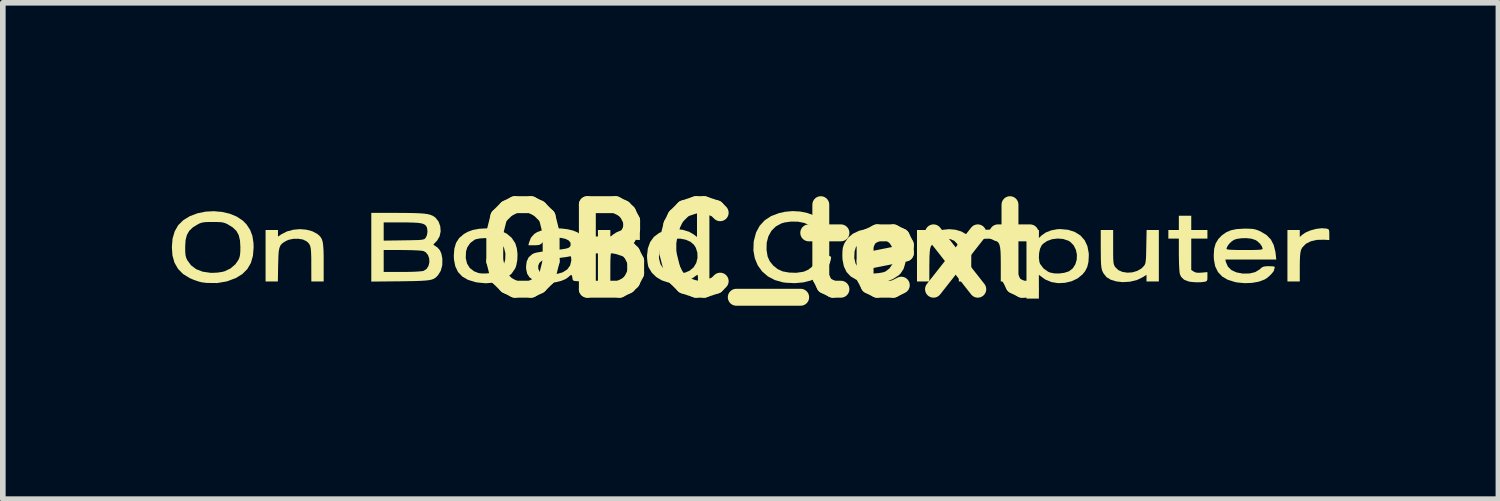
<source format=kicad_pcb>
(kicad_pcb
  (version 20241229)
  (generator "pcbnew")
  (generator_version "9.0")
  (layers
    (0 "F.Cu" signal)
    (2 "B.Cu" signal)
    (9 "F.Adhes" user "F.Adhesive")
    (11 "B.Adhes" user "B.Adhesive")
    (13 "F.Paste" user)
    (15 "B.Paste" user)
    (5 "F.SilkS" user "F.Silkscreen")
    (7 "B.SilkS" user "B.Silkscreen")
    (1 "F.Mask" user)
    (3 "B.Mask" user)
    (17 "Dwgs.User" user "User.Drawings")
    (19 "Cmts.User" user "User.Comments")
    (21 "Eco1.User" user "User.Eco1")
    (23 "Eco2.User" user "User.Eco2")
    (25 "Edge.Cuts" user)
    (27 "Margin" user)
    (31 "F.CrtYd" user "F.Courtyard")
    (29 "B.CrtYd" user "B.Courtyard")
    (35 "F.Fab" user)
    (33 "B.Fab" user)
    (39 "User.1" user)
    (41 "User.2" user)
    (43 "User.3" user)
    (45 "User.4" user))
  (footprint "OBC_text"
    (layer "F.Cu")
    (at 10.409 1.404)
    (property "Reference" "OBC_text" (at 0 0 0) (layer "F.SilkS") (effects (font (size 1.5 1.5) (thickness 0.3))))
    (attr board_only exclude_from_pos_files exclude_from_bom)
    (fp_poly (pts (xy -2.158 -0.398) (xy -2.156 -0.398) (xy -2.127 -0.389) (xy -2.111 -0.375) (xy -2.105 -0.345) (xy -2.104 -0.291) (xy -2.104 -0.29) (xy -2.104 -0.194) (xy -2.201 -0.2) (xy -2.325 -0.197) (xy -2.432 -0.172) (xy -2.519 -0.128) (xy -2.582 -0.064) (xy -2.605 -0.022) (xy -2.616 0.02) (xy -2.623 0.088) (xy -2.627 0.185) (xy -2.628 0.287) (xy -2.628 0.541) (xy -2.738 0.541) (xy -2.848 0.541) (xy -2.848 0.084) (xy -2.848 -0.372) (xy -2.738 -0.372) (xy -2.628 -0.372) (xy -2.628 -0.31) (xy -2.628 -0.248) (xy -2.59 -0.284) (xy -2.523 -0.329) (xy -2.436 -0.366) (xy -2.338 -0.392) (xy -2.241 -0.404)) (stroke (width 0) (type solid)) (fill yes) (layer "F.SilkS"))
    (fp_poly (pts (xy 10.077 -0.398) (xy 10.079 -0.398) (xy 10.109 -0.389) (xy 10.124 -0.375) (xy 10.13 -0.345) (xy 10.131 -0.291) (xy 10.131 -0.29) (xy 10.131 -0.194) (xy 10.034 -0.2) (xy 9.911 -0.197) (xy 9.803 -0.172) (xy 9.716 -0.128) (xy 9.653 -0.064) (xy 9.63 -0.022) (xy 9.62 0.02) (xy 9.612 0.088) (xy 9.608 0.185) (xy 9.607 0.287) (xy 9.607 0.541) (xy 9.498 0.541) (xy 9.388 0.541) (xy 9.388 0.084) (xy 9.388 -0.372) (xy 9.498 -0.372) (xy 9.607 -0.372) (xy 9.607 -0.31) (xy 9.607 -0.248) (xy 9.646 -0.284) (xy 9.712 -0.329) (xy 9.8 -0.366) (xy 9.898 -0.392) (xy 9.994 -0.404)) (stroke (width 0) (type solid)) (fill yes) (layer "F.SilkS"))
    (fp_poly (pts (xy 7.681 -0.499) (xy 7.681 -0.372) (xy 7.824 -0.372) (xy 7.968 -0.372) (xy 7.968 -0.296) (xy 7.968 -0.22) (xy 7.824 -0.22) (xy 7.681 -0.22) (xy 7.681 0.059) (xy 7.681 0.337) (xy 7.724 0.365) (xy 7.761 0.382) (xy 7.81 0.387) (xy 7.867 0.384) (xy 7.968 0.375) (xy 7.968 0.456) (xy 7.967 0.505) (xy 7.958 0.53) (xy 7.936 0.542) (xy 7.915 0.547) (xy 7.846 0.555) (xy 7.762 0.555) (xy 7.68 0.549) (xy 7.635 0.541) (xy 7.554 0.51) (xy 7.502 0.46) (xy 7.479 0.41) (xy 7.473 0.372) (xy 7.468 0.307) (xy 7.464 0.223) (xy 7.462 0.127) (xy 7.461 0.063) (xy 7.461 -0.22) (xy 7.368 -0.22) (xy 7.275 -0.22) (xy 7.275 -0.296) (xy 7.275 -0.372) (xy 7.368 -0.372) (xy 7.461 -0.372) (xy 7.461 -0.499) (xy 7.461 -0.625) (xy 7.571 -0.625) (xy 7.681 -0.625)) (stroke (width 0) (type solid)) (fill yes) (layer "F.SilkS"))
    (fp_poly (pts (xy 6.295 -0.07) (xy 6.295 0.039) (xy 6.296 0.119) (xy 6.299 0.177) (xy 6.303 0.217) (xy 6.311 0.246) (xy 6.321 0.269) (xy 6.333 0.287) (xy 6.388 0.34) (xy 6.462 0.372) (xy 6.548 0.385) (xy 6.637 0.379) (xy 6.724 0.353) (xy 6.798 0.31) (xy 6.843 0.264) (xy 6.856 0.244) (xy 6.866 0.22) (xy 6.872 0.186) (xy 6.877 0.138) (xy 6.88 0.069) (xy 6.882 -0.026) (xy 6.883 -0.077) (xy 6.889 -0.372) (xy 6.997 -0.372) (xy 7.106 -0.372) (xy 7.106 0.084) (xy 7.106 0.541) (xy 6.996 0.541) (xy 6.887 0.541) (xy 6.887 0.481) (xy 6.887 0.422) (xy 6.823 0.464) (xy 6.718 0.515) (xy 6.594 0.545) (xy 6.462 0.553) (xy 6.351 0.54) (xy 6.252 0.51) (xy 6.177 0.464) (xy 6.123 0.396) (xy 6.101 0.351) (xy 6.092 0.32) (xy 6.085 0.278) (xy 6.08 0.219) (xy 6.077 0.138) (xy 6.076 0.031) (xy 6.075 -0.042) (xy 6.075 -0.372) (xy 6.185 -0.372) (xy 6.295 -0.372)) (stroke (width 0) (type solid)) (fill yes) (layer "F.SilkS"))
    (fp_poly (pts (xy -8.023 -0.378) (xy -7.917 -0.35) (xy -7.828 -0.303) (xy -7.786 -0.266) (xy -7.763 -0.237) (xy -7.745 -0.203) (xy -7.732 -0.158) (xy -7.724 -0.099) (xy -7.718 -0.02) (xy -7.715 0.083) (xy -7.715 0.215) (xy -7.715 0.215) (xy -7.715 0.541) (xy -7.824 0.541) (xy -7.934 0.541) (xy -7.935 0.241) (xy -7.935 0.122) (xy -7.938 0.032) (xy -7.943 -0.035) (xy -7.953 -0.084) (xy -7.968 -0.119) (xy -7.989 -0.146) (xy -8.018 -0.171) (xy -8.024 -0.175) (xy -8.085 -0.204) (xy -8.165 -0.217) (xy -8.252 -0.216) (xy -8.334 -0.199) (xy -8.373 -0.183) (xy -8.421 -0.156) (xy -8.457 -0.129) (xy -8.483 -0.097) (xy -8.5 -0.055) (xy -8.512 0.003) (xy -8.518 0.082) (xy -8.521 0.186) (xy -8.523 0.246) (xy -8.528 0.541) (xy -8.637 0.541) (xy -8.746 0.541) (xy -8.746 0.084) (xy -8.746 -0.372) (xy -8.636 -0.372) (xy -8.526 -0.372) (xy -8.526 -0.313) (xy -8.526 -0.255) (xy -8.464 -0.297) (xy -8.366 -0.347) (xy -8.254 -0.377) (xy -8.138 -0.388)) (stroke (width 0) (type solid)) (fill yes) (layer "F.SilkS"))
    (fp_poly (pts (xy -4.72 -0.393) (xy -4.715 -0.392) (xy -4.577 -0.359) (xy -4.465 -0.307) (xy -4.379 -0.234) (xy -4.317 -0.141) (xy -4.316 -0.14) (xy -4.288 -0.051) (xy -4.275 0.053) (xy -4.279 0.162) (xy -4.298 0.261) (xy -4.316 0.309) (xy -4.379 0.401) (xy -4.467 0.475) (xy -4.576 0.529) (xy -4.702 0.562) (xy -4.84 0.573) (xy -4.985 0.559) (xy -5.028 0.551) (xy -5.157 0.511) (xy -5.257 0.452) (xy -5.331 0.373) (xy -5.379 0.273) (xy -5.403 0.151) (xy -5.404 0.125) (xy -5.194 0.125) (xy -5.171 0.223) (xy -5.122 0.302) (xy -5.047 0.36) (xy -4.968 0.391) (xy -4.911 0.399) (xy -4.836 0.399) (xy -4.758 0.392) (xy -4.688 0.38) (xy -4.642 0.365) (xy -4.569 0.309) (xy -4.517 0.233) (xy -4.494 0.16) (xy -4.49 0.045) (xy -4.514 -0.055) (xy -4.564 -0.136) (xy -4.641 -0.196) (xy -4.645 -0.199) (xy -4.699 -0.216) (xy -4.774 -0.226) (xy -4.859 -0.228) (xy -4.941 -0.223) (xy -5.009 -0.21) (xy -5.038 -0.199) (xy -5.114 -0.141) (xy -5.167 -0.064) (xy -5.189 0.009) (xy -5.194 0.125) (xy -5.404 0.125) (xy -5.406 0.084) (xy -5.396 -0.042) (xy -5.365 -0.146) (xy -5.31 -0.23) (xy -5.228 -0.3) (xy -5.161 -0.339) (xy -5.069 -0.373) (xy -4.957 -0.394) (xy -4.837 -0.401)) (stroke (width 0) (type solid)) (fill yes) (layer "F.SilkS"))
    (fp_poly (pts (xy 2.163 -0.395) (xy 2.276 -0.374) (xy 2.369 -0.341) (xy 2.372 -0.339) (xy 2.473 -0.276) (xy 2.545 -0.201) (xy 2.591 -0.111) (xy 2.614 0.001) (xy 2.618 0.084) (xy 2.608 0.212) (xy 2.577 0.316) (xy 2.524 0.398) (xy 2.489 0.432) (xy 2.379 0.502) (xy 2.251 0.549) (xy 2.109 0.571) (xy 1.959 0.566) (xy 1.867 0.551) (xy 1.738 0.511) (xy 1.638 0.452) (xy 1.564 0.373) (xy 1.516 0.273) (xy 1.492 0.151) (xy 1.491 0.125) (xy 1.701 0.125) (xy 1.724 0.223) (xy 1.773 0.302) (xy 1.848 0.36) (xy 1.927 0.391) (xy 1.984 0.399) (xy 2.059 0.399) (xy 2.137 0.392) (xy 2.207 0.38) (xy 2.253 0.365) (xy 2.326 0.309) (xy 2.378 0.233) (xy 2.401 0.16) (xy 2.405 0.045) (xy 2.381 -0.055) (xy 2.331 -0.136) (xy 2.254 -0.196) (xy 2.25 -0.199) (xy 2.196 -0.216) (xy 2.121 -0.226) (xy 2.036 -0.228) (xy 1.954 -0.223) (xy 1.886 -0.21) (xy 1.857 -0.199) (xy 1.781 -0.141) (xy 1.728 -0.064) (xy 1.706 0.009) (xy 1.701 0.125) (xy 1.491 0.125) (xy 1.489 0.084) (xy 1.491 0.003) (xy 1.498 -0.057) (xy 1.514 -0.107) (xy 1.528 -0.14) (xy 1.59 -0.234) (xy 1.676 -0.306) (xy 1.787 -0.359) (xy 1.924 -0.392) (xy 1.926 -0.392) (xy 2.043 -0.401)) (stroke (width 0) (type solid)) (fill yes) (layer "F.SilkS"))
    (fp_poly (pts (xy 5.496 -0.376) (xy 5.616 -0.337) (xy 5.715 -0.275) (xy 5.79 -0.19) (xy 5.839 -0.084) (xy 5.862 0.041) (xy 5.863 0.084) (xy 5.857 0.194) (xy 5.836 0.282) (xy 5.798 0.358) (xy 5.752 0.415) (xy 5.664 0.487) (xy 5.558 0.537) (xy 5.44 0.565) (xy 5.319 0.571) (xy 5.202 0.552) (xy 5.096 0.509) (xy 5.053 0.48) (xy 4.977 0.423) (xy 4.977 0.634) (xy 4.977 0.845) (xy 4.867 0.845) (xy 4.757 0.845) (xy 4.757 0.237) (xy 4.757 0.12) (xy 4.977 0.12) (xy 4.986 0.193) (xy 4.999 0.23) (xy 5.059 0.31) (xy 5.142 0.368) (xy 5.174 0.382) (xy 5.249 0.398) (xy 5.339 0.399) (xy 5.429 0.387) (xy 5.505 0.363) (xy 5.512 0.36) (xy 5.579 0.308) (xy 5.624 0.237) (xy 5.649 0.153) (xy 5.652 0.065) (xy 5.634 -0.021) (xy 5.595 -0.099) (xy 5.536 -0.16) (xy 5.501 -0.182) (xy 5.409 -0.213) (xy 5.31 -0.221) (xy 5.211 -0.209) (xy 5.121 -0.176) (xy 5.049 -0.126) (xy 5.024 -0.096) (xy 4.997 -0.038) (xy 4.981 0.038) (xy 4.977 0.12) (xy 4.757 0.12) (xy 4.757 -0.372) (xy 4.867 -0.372) (xy 4.977 -0.372) (xy 4.977 -0.301) (xy 4.977 -0.23) (xy 5.025 -0.276) (xy 5.099 -0.328) (xy 5.196 -0.366) (xy 5.303 -0.386) (xy 5.354 -0.389)) (stroke (width 0) (type solid)) (fill yes) (layer "F.SilkS"))
    (fp_poly (pts (xy -0.87 -0.076) (xy -0.87 0.541) (xy -0.972 0.541) (xy -1.073 0.541) (xy -1.073 0.482) (xy -1.075 0.443) (xy -1.08 0.423) (xy -1.081 0.422) (xy -1.098 0.432) (xy -1.133 0.456) (xy -1.165 0.48) (xy -1.267 0.537) (xy -1.387 0.567) (xy -1.521 0.569) (xy -1.608 0.557) (xy -1.716 0.521) (xy -1.813 0.462) (xy -1.892 0.385) (xy -1.946 0.296) (xy -1.954 0.277) (xy -1.965 0.226) (xy -1.973 0.157) (xy -1.975 0.13) (xy -1.765 0.13) (xy -1.741 0.225) (xy -1.731 0.247) (xy -1.682 0.32) (xy -1.614 0.368) (xy -1.524 0.394) (xy -1.41 0.399) (xy -1.399 0.399) (xy -1.305 0.385) (xy -1.227 0.353) (xy -1.22 0.349) (xy -1.15 0.29) (xy -1.103 0.212) (xy -1.081 0.124) (xy -1.083 0.031) (xy -1.111 -0.058) (xy -1.144 -0.11) (xy -1.205 -0.163) (xy -1.289 -0.2) (xy -1.384 -0.219) (xy -1.483 -0.218) (xy -1.578 -0.197) (xy -1.615 -0.182) (xy -1.685 -0.128) (xy -1.735 -0.054) (xy -1.762 0.034) (xy -1.765 0.13) (xy -1.975 0.13) (xy -1.977 0.084) (xy -1.977 0.084) (xy -1.962 -0.047) (xy -1.921 -0.159) (xy -1.854 -0.251) (xy -1.762 -0.32) (xy -1.648 -0.366) (xy -1.513 -0.387) (xy -1.468 -0.389) (xy -1.344 -0.376) (xy -1.23 -0.341) (xy -1.146 -0.292) (xy -1.09 -0.249) (xy -1.09 -0.471) (xy -1.09 -0.693) (xy -0.98 -0.693) (xy -0.87 -0.693)) (stroke (width 0) (type solid)) (fill yes) (layer "F.SilkS"))
    (fp_poly (pts (xy 0.741 -0.7) (xy 0.868 -0.674) (xy 0.985 -0.632) (xy 1.088 -0.576) (xy 1.172 -0.509) (xy 1.234 -0.433) (xy 1.269 -0.349) (xy 1.276 -0.293) (xy 1.276 -0.237) (xy 1.16 -0.237) (xy 1.099 -0.237) (xy 1.063 -0.241) (xy 1.045 -0.252) (xy 1.037 -0.272) (xy 1.034 -0.287) (xy 1.006 -0.35) (xy 0.955 -0.412) (xy 0.888 -0.464) (xy 0.815 -0.498) (xy 0.815 -0.498) (xy 0.701 -0.52) (xy 0.579 -0.522) (xy 0.463 -0.506) (xy 0.407 -0.489) (xy 0.308 -0.435) (xy 0.231 -0.358) (xy 0.177 -0.261) (xy 0.147 -0.147) (xy 0.144 -0.021) (xy 0.163 0.097) (xy 0.2 0.181) (xy 0.263 0.259) (xy 0.342 0.322) (xy 0.43 0.362) (xy 0.545 0.383) (xy 0.67 0.387) (xy 0.786 0.371) (xy 0.813 0.364) (xy 0.888 0.33) (xy 0.954 0.278) (xy 1.006 0.216) (xy 1.035 0.151) (xy 1.039 0.119) (xy 1.042 0.102) (xy 1.055 0.091) (xy 1.085 0.086) (xy 1.139 0.085) (xy 1.166 0.084) (xy 1.234 0.085) (xy 1.274 0.092) (xy 1.29 0.11) (xy 1.286 0.147) (xy 1.269 0.209) (xy 1.268 0.213) (xy 1.221 0.314) (xy 1.146 0.4) (xy 1.048 0.471) (xy 0.929 0.524) (xy 0.793 0.558) (xy 0.644 0.571) (xy 0.486 0.563) (xy 0.433 0.556) (xy 0.291 0.516) (xy 0.168 0.451) (xy 0.066 0.363) (xy -0.012 0.255) (xy -0.064 0.13) (xy -0.089 -0.009) (xy -0.084 -0.159) (xy -0.079 -0.189) (xy -0.041 -0.33) (xy 0.023 -0.448) (xy 0.111 -0.544) (xy 0.225 -0.619) (xy 0.365 -0.672) (xy 0.473 -0.696) (xy 0.608 -0.708)) (stroke (width 0) (type solid)) (fill yes) (layer "F.SilkS"))
    (fp_poly (pts (xy -9.518 -0.693) (xy -9.38 -0.661) (xy -9.255 -0.609) (xy -9.15 -0.539) (xy -9.084 -0.472) (xy -9.02 -0.374) (xy -8.98 -0.268) (xy -8.961 -0.145) (xy -8.958 -0.068) (xy -8.97 0.084) (xy -9.007 0.213) (xy -9.07 0.321) (xy -9.159 0.41) (xy -9.273 0.48) (xy -9.434 0.54) (xy -9.606 0.569) (xy -9.79 0.567) (xy -9.878 0.556) (xy -9.94 0.54) (xy -10.016 0.514) (xy -10.09 0.482) (xy -10.094 0.48) (xy -10.211 0.408) (xy -10.3 0.317) (xy -10.363 0.207) (xy -10.399 0.077) (xy -10.409 -0.068) (xy -10.173 -0.068) (xy -10.172 0.015) (xy -10.167 0.073) (xy -10.156 0.118) (xy -10.138 0.159) (xy -10.135 0.164) (xy -10.068 0.255) (xy -9.977 0.323) (xy -9.864 0.367) (xy -9.728 0.387) (xy -9.69 0.388) (xy -9.602 0.384) (xy -9.52 0.372) (xy -9.475 0.361) (xy -9.37 0.311) (xy -9.283 0.237) (xy -9.231 0.163) (xy -9.212 0.122) (xy -9.201 0.078) (xy -9.195 0.022) (xy -9.193 -0.058) (xy -9.193 -0.068) (xy -9.2 -0.186) (xy -9.222 -0.28) (xy -9.263 -0.355) (xy -9.327 -0.417) (xy -9.417 -0.473) (xy -9.421 -0.475) (xy -9.46 -0.493) (xy -9.499 -0.505) (xy -9.547 -0.512) (xy -9.613 -0.514) (xy -9.683 -0.515) (xy -9.77 -0.514) (xy -9.831 -0.511) (xy -9.876 -0.503) (xy -9.915 -0.49) (xy -9.945 -0.475) (xy -10.037 -0.419) (xy -10.101 -0.357) (xy -10.143 -0.283) (xy -10.166 -0.191) (xy -10.173 -0.073) (xy -10.173 -0.068) (xy -10.409 -0.068) (xy -10.397 -0.219) (xy -10.359 -0.348) (xy -10.297 -0.457) (xy -10.207 -0.546) (xy -10.094 -0.616) (xy -9.958 -0.668) (xy -9.813 -0.698) (xy -9.664 -0.706)) (stroke (width 0) (type solid)) (fill yes) (layer "F.SilkS"))
    (fp_poly (pts (xy 8.717 -0.395) (xy 8.776 -0.391) (xy 8.824 -0.381) (xy 8.872 -0.364) (xy 8.916 -0.344) (xy 9.018 -0.282) (xy 9.094 -0.204) (xy 9.145 -0.105) (xy 9.175 0.017) (xy 9.179 0.051) (xy 9.19 0.152) (xy 8.738 0.152) (xy 8.286 0.152) (xy 8.297 0.199) (xy 8.332 0.278) (xy 8.394 0.339) (xy 8.483 0.38) (xy 8.597 0.401) (xy 8.599 0.401) (xy 8.717 0.399) (xy 8.816 0.375) (xy 8.892 0.329) (xy 8.902 0.32) (xy 8.932 0.293) (xy 8.963 0.278) (xy 9.006 0.271) (xy 9.061 0.27) (xy 9.121 0.272) (xy 9.153 0.276) (xy 9.163 0.286) (xy 9.161 0.297) (xy 9.152 0.329) (xy 9.151 0.339) (xy 9.139 0.365) (xy 9.107 0.404) (xy 9.065 0.446) (xy 9.019 0.484) (xy 8.983 0.506) (xy 8.882 0.544) (xy 8.761 0.566) (xy 8.63 0.571) (xy 8.5 0.559) (xy 8.458 0.551) (xy 8.329 0.511) (xy 8.229 0.452) (xy 8.155 0.373) (xy 8.106 0.273) (xy 8.083 0.15) (xy 8.08 0.084) (xy 8.087 -0.035) (xy 8.087 -0.036) (xy 8.306 -0.036) (xy 8.318 -0.029) (xy 8.356 -0.023) (xy 8.421 -0.02) (xy 8.516 -0.017) (xy 8.627 -0.017) (xy 8.745 -0.017) (xy 8.832 -0.019) (xy 8.893 -0.022) (xy 8.93 -0.027) (xy 8.946 -0.034) (xy 8.948 -0.038) (xy 8.935 -0.082) (xy 8.9 -0.131) (xy 8.853 -0.174) (xy 8.819 -0.195) (xy 8.749 -0.218) (xy 8.661 -0.228) (xy 8.568 -0.226) (xy 8.484 -0.213) (xy 8.437 -0.196) (xy 8.391 -0.164) (xy 8.347 -0.119) (xy 8.316 -0.071) (xy 8.306 -0.036) (xy 8.087 -0.036) (xy 8.114 -0.133) (xy 8.163 -0.214) (xy 8.225 -0.278) (xy 8.302 -0.332) (xy 8.387 -0.368) (xy 8.489 -0.389) (xy 8.615 -0.396) (xy 8.636 -0.397)) (stroke (width 0) (type solid)) (fill yes) (layer "F.SilkS"))
    (fp_poly (pts (xy 3.498 -0.377) (xy 3.602 -0.346) (xy 3.689 -0.296) (xy 3.704 -0.283) (xy 3.742 -0.249) (xy 3.793 -0.292) (xy 3.853 -0.333) (xy 3.922 -0.36) (xy 4.009 -0.375) (xy 4.12 -0.38) (xy 4.132 -0.38) (xy 4.21 -0.379) (xy 4.265 -0.375) (xy 4.306 -0.366) (xy 4.344 -0.349) (xy 4.373 -0.333) (xy 4.415 -0.307) (xy 4.448 -0.28) (xy 4.472 -0.249) (xy 4.49 -0.209) (xy 4.502 -0.155) (xy 4.51 -0.083) (xy 4.514 0.013) (xy 4.517 0.136) (xy 4.518 0.182) (xy 4.523 0.541) (xy 4.412 0.541) (xy 4.301 0.541) (xy 4.301 0.236) (xy 4.3 0.11) (xy 4.297 0.014) (xy 4.29 -0.058) (xy 4.278 -0.11) (xy 4.26 -0.146) (xy 4.235 -0.172) (xy 4.202 -0.191) (xy 4.191 -0.196) (xy 4.098 -0.219) (xy 4.004 -0.216) (xy 3.918 -0.189) (xy 3.846 -0.139) (xy 3.815 -0.103) (xy 3.801 -0.08) (xy 3.791 -0.056) (xy 3.785 -0.026) (xy 3.78 0.017) (xy 3.778 0.079) (xy 3.777 0.164) (xy 3.777 0.248) (xy 3.777 0.541) (xy 3.667 0.541) (xy 3.557 0.541) (xy 3.557 0.232) (xy 3.557 0.121) (xy 3.556 0.038) (xy 3.553 -0.023) (xy 3.548 -0.065) (xy 3.541 -0.096) (xy 3.53 -0.119) (xy 3.525 -0.129) (xy 3.476 -0.18) (xy 3.408 -0.21) (xy 3.33 -0.22) (xy 3.248 -0.212) (xy 3.171 -0.186) (xy 3.106 -0.143) (xy 3.061 -0.083) (xy 3.057 -0.074) (xy 3.047 -0.037) (xy 3.04 0.022) (xy 3.035 0.106) (xy 3.034 0.219) (xy 3.033 0.261) (xy 3.033 0.541) (xy 2.924 0.541) (xy 2.814 0.541) (xy 2.814 0.084) (xy 2.814 -0.372) (xy 2.924 -0.372) (xy 3.033 -0.372) (xy 3.033 -0.311) (xy 3.033 -0.25) (xy 3.085 -0.294) (xy 3.17 -0.345) (xy 3.273 -0.376) (xy 3.385 -0.387)) (stroke (width 0) (type solid)) (fill yes) (layer "F.SilkS"))
    (fp_poly (pts (xy -6.253 -0.675) (xy -6.122 -0.673) (xy -6.016 -0.669) (xy -5.933 -0.663) (xy -5.869 -0.654) (xy -5.819 -0.641) (xy -5.779 -0.624) (xy -5.746 -0.603) (xy -5.73 -0.59) (xy -5.676 -0.522) (xy -5.646 -0.438) (xy -5.639 -0.349) (xy -5.657 -0.262) (xy -5.7 -0.187) (xy -5.714 -0.172) (xy -5.747 -0.138) (xy -5.766 -0.116) (xy -5.768 -0.111) (xy -5.697 -0.063) (xy -5.652 -0.012) (xy -5.625 0.051) (xy -5.609 0.138) (xy -5.609 0.138) (xy -5.61 0.25) (xy -5.637 0.351) (xy -5.682 0.424) (xy -5.707 0.453) (xy -5.733 0.476) (xy -5.762 0.494) (xy -5.799 0.508) (xy -5.848 0.518) (xy -5.912 0.525) (xy -5.995 0.53) (xy -6.102 0.534) (xy -6.235 0.536) (xy -6.358 0.538) (xy -6.87 0.543) (xy -6.87 0.177) (xy -6.65 0.177) (xy -6.65 0.372) (xy -6.323 0.372) (xy -6.203 0.371) (xy -6.1 0.368) (xy -6.018 0.363) (xy -5.962 0.357) (xy -5.942 0.353) (xy -5.889 0.319) (xy -5.855 0.265) (xy -5.839 0.199) (xy -5.843 0.131) (xy -5.865 0.069) (xy -5.906 0.021) (xy -5.942 0.002) (xy -5.979 -0.005) (xy -6.045 -0.01) (xy -6.136 -0.014) (xy -6.246 -0.016) (xy -6.323 -0.017) (xy -6.65 -0.017) (xy -6.65 0.177) (xy -6.87 0.177) (xy -6.87 -0.066) (xy -6.87 -0.345) (xy -6.65 -0.345) (xy -6.65 -0.184) (xy -6.294 -0.189) (xy -6.175 -0.191) (xy -6.086 -0.193) (xy -6.021 -0.195) (xy -5.976 -0.199) (xy -5.947 -0.205) (xy -5.928 -0.212) (xy -5.915 -0.223) (xy -5.905 -0.234) (xy -5.882 -0.282) (xy -5.873 -0.344) (xy -5.879 -0.405) (xy -5.896 -0.443) (xy -5.917 -0.464) (xy -5.946 -0.48) (xy -5.988 -0.492) (xy -6.048 -0.5) (xy -6.129 -0.504) (xy -6.237 -0.507) (xy -6.33 -0.507) (xy -6.65 -0.507) (xy -6.65 -0.345) (xy -6.87 -0.345) (xy -6.87 -0.676) (xy -6.414 -0.676)) (stroke (width 0) (type solid)) (fill yes) (layer "F.SilkS"))
    (fp_poly (pts (xy -3.497 -0.399) (xy -3.387 -0.386) (xy -3.288 -0.362) (xy -3.206 -0.328) (xy -3.149 -0.285) (xy -3.135 -0.268) (xy -3.123 -0.236) (xy -3.115 -0.183) (xy -3.109 -0.104) (xy -3.105 -0.008) (xy -3.103 0.095) (xy -3.101 0.205) (xy -3.098 0.308) (xy -3.097 0.377) (xy -3.093 0.542) (xy -3.194 0.537) (xy -3.25 0.534) (xy -3.281 0.527) (xy -3.295 0.513) (xy -3.3 0.486) (xy -3.301 0.477) (xy -3.309 0.435) (xy -3.326 0.425) (xy -3.354 0.446) (xy -3.362 0.455) (xy -3.417 0.496) (xy -3.498 0.53) (xy -3.594 0.554) (xy -3.697 0.567) (xy -3.798 0.568) (xy -3.889 0.555) (xy -3.898 0.552) (xy -3.995 0.516) (xy -4.063 0.467) (xy -4.104 0.403) (xy -4.122 0.32) (xy -4.123 0.28) (xy -4.122 0.263) (xy -3.908 0.263) (xy -3.906 0.319) (xy -3.881 0.37) (xy -3.849 0.397) (xy -3.796 0.413) (xy -3.723 0.419) (xy -3.639 0.415) (xy -3.554 0.402) (xy -3.481 0.381) (xy -3.469 0.376) (xy -3.391 0.326) (xy -3.342 0.258) (xy -3.321 0.173) (xy -3.321 0.155) (xy -3.324 0.111) (xy -3.333 0.092) (xy -3.337 0.093) (xy -3.36 0.098) (xy -3.409 0.107) (xy -3.478 0.116) (xy -3.56 0.127) (xy -3.578 0.129) (xy -3.665 0.14) (xy -3.743 0.152) (xy -3.805 0.164) (xy -3.841 0.173) (xy -3.844 0.175) (xy -3.887 0.211) (xy -3.908 0.263) (xy -4.122 0.263) (xy -4.112 0.185) (xy -4.077 0.112) (xy -4.017 0.059) (xy -3.99 0.044) (xy -3.949 0.031) (xy -3.88 0.018) (xy -3.789 0.004) (xy -3.683 -0.008) (xy -3.673 -0.009) (xy -3.559 -0.021) (xy -3.475 -0.032) (xy -3.415 -0.042) (xy -3.375 -0.054) (xy -3.351 -0.069) (xy -3.338 -0.087) (xy -3.333 -0.101) (xy -3.335 -0.148) (xy -3.367 -0.187) (xy -3.424 -0.215) (xy -3.502 -0.232) (xy -3.599 -0.235) (xy -3.669 -0.229) (xy -3.733 -0.217) (xy -3.777 -0.199) (xy -3.815 -0.166) (xy -3.822 -0.159) (xy -3.855 -0.127) (xy -3.886 -0.109) (xy -3.927 -0.103) (xy -3.979 -0.101) (xy -4.082 -0.101) (xy -4.071 -0.148) (xy -4.037 -0.236) (xy -3.978 -0.302) (xy -3.924 -0.336) (xy -3.832 -0.37) (xy -3.726 -0.392) (xy -3.613 -0.401)) (stroke (width 0) (type solid)) (fill yes) (layer "F.SilkS")))
  (gr_rect
    (start -3 -3)
    (end 23.541 5.808)
    (stroke (width 0.1) (type default))
    (fill no)
    (layer "Edge.Cuts")))
</source>
